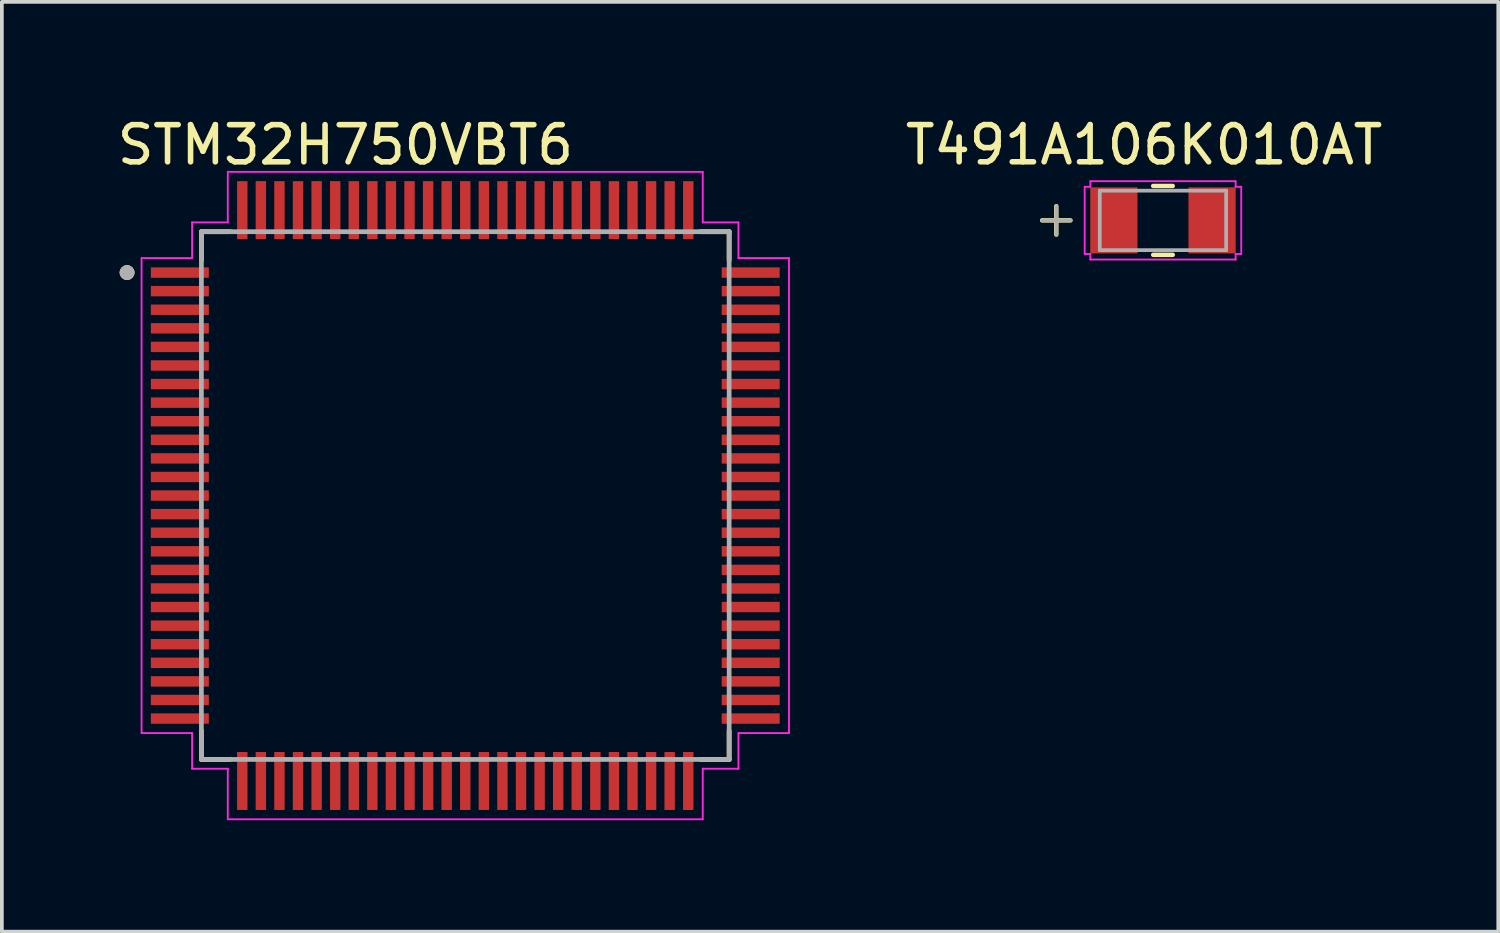
<source format=kicad_pcb>
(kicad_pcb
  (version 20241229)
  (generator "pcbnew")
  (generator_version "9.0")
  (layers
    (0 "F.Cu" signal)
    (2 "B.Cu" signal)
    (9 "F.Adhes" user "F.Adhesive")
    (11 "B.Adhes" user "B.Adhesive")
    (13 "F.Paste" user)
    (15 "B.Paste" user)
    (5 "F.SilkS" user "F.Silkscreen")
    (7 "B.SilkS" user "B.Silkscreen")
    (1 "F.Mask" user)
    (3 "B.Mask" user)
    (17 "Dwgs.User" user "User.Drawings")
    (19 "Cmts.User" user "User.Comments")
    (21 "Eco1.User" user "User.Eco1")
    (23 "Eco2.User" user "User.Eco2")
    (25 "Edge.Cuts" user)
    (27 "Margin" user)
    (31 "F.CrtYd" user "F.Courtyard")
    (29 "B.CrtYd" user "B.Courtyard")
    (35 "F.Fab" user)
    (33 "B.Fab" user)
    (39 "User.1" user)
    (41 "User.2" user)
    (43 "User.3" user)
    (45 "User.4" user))
  (footprint "STM32H750VBT6"
    (layer "F.Cu")
    (at 9.469 10.284)
    (property "Reference" "STM32H750VBT6" (at -3.225 -9.435 0) (layer "F.SilkS") (effects (font (size 1 1) (thickness 0.15))))
    (attr through_hole)
    (fp_line (start -7.1 -7.1) (end -6.33 -7.1) (stroke (width 0.127) (type solid)) (layer "F.SilkS"))
    (fp_line (start -7.1 -6.33) (end -7.1 -7.1) (stroke (width 0.127) (type solid)) (layer "F.SilkS"))
    (fp_line (start -7.1 7.1) (end -7.1 6.33) (stroke (width 0.127) (type solid)) (layer "F.SilkS"))
    (fp_line (start -6.33 7.1) (end -7.1 7.1) (stroke (width 0.127) (type solid)) (layer "F.SilkS"))
    (fp_line (start 6.33 -7.1) (end 7.1 -7.1) (stroke (width 0.127) (type solid)) (layer "F.SilkS"))
    (fp_line (start 7.1 -7.1) (end 7.1 -6.33) (stroke (width 0.127) (type solid)) (layer "F.SilkS"))
    (fp_line (start 7.1 6.33) (end 7.1 7.1) (stroke (width 0.127) (type solid)) (layer "F.SilkS"))
    (fp_line (start 7.1 7.1) (end 6.33 7.1) (stroke (width 0.127) (type solid)) (layer "F.SilkS"))
    (fp_circle (center -9.1 -6) (end -9 -6) (stroke (width 0.2) (type solid)) (fill no) (layer "F.SilkS"))
    (fp_line (start -8.71 -6.39) (end -7.35 -6.39) (stroke (width 0.05) (type solid)) (layer "F.CrtYd"))
    (fp_line (start -8.71 6.39) (end -8.71 -6.39) (stroke (width 0.05) (type solid)) (layer "F.CrtYd"))
    (fp_line (start -7.35 -7.35) (end -6.39 -7.35) (stroke (width 0.05) (type solid)) (layer "F.CrtYd"))
    (fp_line (start -7.35 -6.39) (end -7.35 -7.35) (stroke (width 0.05) (type solid)) (layer "F.CrtYd"))
    (fp_line (start -7.35 6.39) (end -8.71 6.39) (stroke (width 0.05) (type solid)) (layer "F.CrtYd"))
    (fp_line (start -7.35 7.35) (end -7.35 6.39) (stroke (width 0.05) (type solid)) (layer "F.CrtYd"))
    (fp_line (start -6.39 -8.71) (end 6.39 -8.71) (stroke (width 0.05) (type solid)) (layer "F.CrtYd"))
    (fp_line (start -6.39 -7.35) (end -6.39 -8.71) (stroke (width 0.05) (type solid)) (layer "F.CrtYd"))
    (fp_line (start -6.39 7.35) (end -7.35 7.35) (stroke (width 0.05) (type solid)) (layer "F.CrtYd"))
    (fp_line (start -6.39 8.71) (end -6.39 7.35) (stroke (width 0.05) (type solid)) (layer "F.CrtYd"))
    (fp_line (start 6.39 -8.71) (end 6.39 -7.35) (stroke (width 0.05) (type solid)) (layer "F.CrtYd"))
    (fp_line (start 6.39 -7.35) (end 7.35 -7.35) (stroke (width 0.05) (type solid)) (layer "F.CrtYd"))
    (fp_line (start 6.39 7.35) (end 6.39 8.71) (stroke (width 0.05) (type solid)) (layer "F.CrtYd"))
    (fp_line (start 6.39 8.71) (end -6.39 8.71) (stroke (width 0.05) (type solid)) (layer "F.CrtYd"))
    (fp_line (start 7.35 -7.35) (end 7.35 -6.39) (stroke (width 0.05) (type solid)) (layer "F.CrtYd"))
    (fp_line (start 7.35 -6.39) (end 8.71 -6.39) (stroke (width 0.05) (type solid)) (layer "F.CrtYd"))
    (fp_line (start 7.35 6.39) (end 7.35 7.35) (stroke (width 0.05) (type solid)) (layer "F.CrtYd"))
    (fp_line (start 7.35 7.35) (end 6.39 7.35) (stroke (width 0.05) (type solid)) (layer "F.CrtYd"))
    (fp_line (start 8.71 -6.39) (end 8.71 6.39) (stroke (width 0.05) (type solid)) (layer "F.CrtYd"))
    (fp_line (start 8.71 6.39) (end 7.35 6.39) (stroke (width 0.05) (type solid)) (layer "F.CrtYd"))
    (fp_line (start -7.1 -7.1) (end 7.1 -7.1) (stroke (width 0.127) (type solid)) (layer "F.Fab"))
    (fp_line (start -7.1 7.1) (end -7.1 -7.1) (stroke (width 0.127) (type solid)) (layer "F.Fab"))
    (fp_line (start 7.1 -7.1) (end 7.1 7.1) (stroke (width 0.127) (type solid)) (layer "F.Fab"))
    (fp_line (start 7.1 7.1) (end -7.1 7.1) (stroke (width 0.127) (type solid)) (layer "F.Fab"))
    (fp_circle (center -9.1 -6) (end -9 -6) (stroke (width 0.2) (type solid)) (fill no) (layer "F.Fab"))
    (pad "1" smd rect (at -7.68 -6) (size 1.56 0.28) (layers "F.Cu" "F.Mask" "F.Paste"))
    (pad "2" smd rect (at -7.68 -5.5) (size 1.56 0.28) (layers "F.Cu" "F.Mask" "F.Paste"))
    (pad "3" smd rect (at -7.68 -5) (size 1.56 0.28) (layers "F.Cu" "F.Mask" "F.Paste"))
    (pad "4" smd rect (at -7.68 -4.5) (size 1.56 0.28) (layers "F.Cu" "F.Mask" "F.Paste"))
    (pad "5" smd rect (at -7.68 -4) (size 1.56 0.28) (layers "F.Cu" "F.Mask" "F.Paste"))
    (pad "6" smd rect (at -7.68 -3.5) (size 1.56 0.28) (layers "F.Cu" "F.Mask" "F.Paste"))
    (pad "7" smd rect (at -7.68 -3) (size 1.56 0.28) (layers "F.Cu" "F.Mask" "F.Paste"))
    (pad "8" smd rect (at -7.68 -2.5) (size 1.56 0.28) (layers "F.Cu" "F.Mask" "F.Paste"))
    (pad "9" smd rect (at -7.68 -2) (size 1.56 0.28) (layers "F.Cu" "F.Mask" "F.Paste"))
    (pad "10" smd rect (at -7.68 -1.5) (size 1.56 0.28) (layers "F.Cu" "F.Mask" "F.Paste"))
    (pad "11" smd rect (at -7.68 -1) (size 1.56 0.28) (layers "F.Cu" "F.Mask" "F.Paste"))
    (pad "12" smd rect (at -7.68 -0.5) (size 1.56 0.28) (layers "F.Cu" "F.Mask" "F.Paste"))
    (pad "13" smd rect (at -7.68 0) (size 1.56 0.28) (layers "F.Cu" "F.Mask" "F.Paste"))
    (pad "14" smd rect (at -7.68 0.5) (size 1.56 0.28) (layers "F.Cu" "F.Mask" "F.Paste"))
    (pad "15" smd rect (at -7.68 1) (size 1.56 0.28) (layers "F.Cu" "F.Mask" "F.Paste"))
    (pad "16" smd rect (at -7.68 1.5) (size 1.56 0.28) (layers "F.Cu" "F.Mask" "F.Paste"))
    (pad "17" smd rect (at -7.68 2) (size 1.56 0.28) (layers "F.Cu" "F.Mask" "F.Paste"))
    (pad "18" smd rect (at -7.68 2.5) (size 1.56 0.28) (layers "F.Cu" "F.Mask" "F.Paste"))
    (pad "19" smd rect (at -7.68 3) (size 1.56 0.28) (layers "F.Cu" "F.Mask" "F.Paste"))
    (pad "20" smd rect (at -7.68 3.5) (size 1.56 0.28) (layers "F.Cu" "F.Mask" "F.Paste"))
    (pad "21" smd rect (at -7.68 4) (size 1.56 0.28) (layers "F.Cu" "F.Mask" "F.Paste"))
    (pad "22" smd rect (at -7.68 4.5) (size 1.56 0.28) (layers "F.Cu" "F.Mask" "F.Paste"))
    (pad "23" smd rect (at -7.68 5) (size 1.56 0.28) (layers "F.Cu" "F.Mask" "F.Paste"))
    (pad "24" smd rect (at -7.68 5.5) (size 1.56 0.28) (layers "F.Cu" "F.Mask" "F.Paste"))
    (pad "25" smd rect (at -7.68 6) (size 1.56 0.28) (layers "F.Cu" "F.Mask" "F.Paste"))
    (pad "26" smd rect (at -6 7.68) (size 0.28 1.56) (layers "F.Cu" "F.Mask" "F.Paste"))
    (pad "27" smd rect (at -5.5 7.68) (size 0.28 1.56) (layers "F.Cu" "F.Mask" "F.Paste"))
    (pad "28" smd rect (at -5 7.68) (size 0.28 1.56) (layers "F.Cu" "F.Mask" "F.Paste"))
    (pad "29" smd rect (at -4.5 7.68) (size 0.28 1.56) (layers "F.Cu" "F.Mask" "F.Paste"))
    (pad "30" smd rect (at -4 7.68) (size 0.28 1.56) (layers "F.Cu" "F.Mask" "F.Paste"))
    (pad "31" smd rect (at -3.5 7.68) (size 0.28 1.56) (layers "F.Cu" "F.Mask" "F.Paste"))
    (pad "32" smd rect (at -3 7.68) (size 0.28 1.56) (layers "F.Cu" "F.Mask" "F.Paste"))
    (pad "33" smd rect (at -2.5 7.68) (size 0.28 1.56) (layers "F.Cu" "F.Mask" "F.Paste"))
    (pad "34" smd rect (at -2 7.68) (size 0.28 1.56) (layers "F.Cu" "F.Mask" "F.Paste"))
    (pad "35" smd rect (at -1.5 7.68) (size 0.28 1.56) (layers "F.Cu" "F.Mask" "F.Paste"))
    (pad "36" smd rect (at -1 7.68) (size 0.28 1.56) (layers "F.Cu" "F.Mask" "F.Paste"))
    (pad "37" smd rect (at -0.5 7.68) (size 0.28 1.56) (layers "F.Cu" "F.Mask" "F.Paste"))
    (pad "38" smd rect (at 0 7.68) (size 0.28 1.56) (layers "F.Cu" "F.Mask" "F.Paste"))
    (pad "39" smd rect (at 0.5 7.68) (size 0.28 1.56) (layers "F.Cu" "F.Mask" "F.Paste"))
    (pad "40" smd rect (at 1 7.68) (size 0.28 1.56) (layers "F.Cu" "F.Mask" "F.Paste"))
    (pad "41" smd rect (at 1.5 7.68) (size 0.28 1.56) (layers "F.Cu" "F.Mask" "F.Paste"))
    (pad "42" smd rect (at 2 7.68) (size 0.28 1.56) (layers "F.Cu" "F.Mask" "F.Paste"))
    (pad "43" smd rect (at 2.5 7.68) (size 0.28 1.56) (layers "F.Cu" "F.Mask" "F.Paste"))
    (pad "44" smd rect (at 3 7.68) (size 0.28 1.56) (layers "F.Cu" "F.Mask" "F.Paste"))
    (pad "45" smd rect (at 3.5 7.68) (size 0.28 1.56) (layers "F.Cu" "F.Mask" "F.Paste"))
    (pad "46" smd rect (at 4 7.68) (size 0.28 1.56) (layers "F.Cu" "F.Mask" "F.Paste"))
    (pad "47" smd rect (at 4.5 7.68) (size 0.28 1.56) (layers "F.Cu" "F.Mask" "F.Paste"))
    (pad "48" smd rect (at 5 7.68) (size 0.28 1.56) (layers "F.Cu" "F.Mask" "F.Paste"))
    (pad "49" smd rect (at 5.5 7.68) (size 0.28 1.56) (layers "F.Cu" "F.Mask" "F.Paste"))
    (pad "50" smd rect (at 6 7.68) (size 0.28 1.56) (layers "F.Cu" "F.Mask" "F.Paste"))
    (pad "51" smd rect (at 7.68 6) (size 1.56 0.28) (layers "F.Cu" "F.Mask" "F.Paste"))
    (pad "52" smd rect (at 7.68 5.5) (size 1.56 0.28) (layers "F.Cu" "F.Mask" "F.Paste"))
    (pad "53" smd rect (at 7.68 5) (size 1.56 0.28) (layers "F.Cu" "F.Mask" "F.Paste"))
    (pad "54" smd rect (at 7.68 4.5) (size 1.56 0.28) (layers "F.Cu" "F.Mask" "F.Paste"))
    (pad "55" smd rect (at 7.68 4) (size 1.56 0.28) (layers "F.Cu" "F.Mask" "F.Paste"))
    (pad "56" smd rect (at 7.68 3.5) (size 1.56 0.28) (layers "F.Cu" "F.Mask" "F.Paste"))
    (pad "57" smd rect (at 7.68 3) (size 1.56 0.28) (layers "F.Cu" "F.Mask" "F.Paste"))
    (pad "58" smd rect (at 7.68 2.5) (size 1.56 0.28) (layers "F.Cu" "F.Mask" "F.Paste"))
    (pad "59" smd rect (at 7.68 2) (size 1.56 0.28) (layers "F.Cu" "F.Mask" "F.Paste"))
    (pad "60" smd rect (at 7.68 1.5) (size 1.56 0.28) (layers "F.Cu" "F.Mask" "F.Paste"))
    (pad "61" smd rect (at 7.68 1) (size 1.56 0.28) (layers "F.Cu" "F.Mask" "F.Paste"))
    (pad "62" smd rect (at 7.68 0.5) (size 1.56 0.28) (layers "F.Cu" "F.Mask" "F.Paste"))
    (pad "63" smd rect (at 7.68 0) (size 1.56 0.28) (layers "F.Cu" "F.Mask" "F.Paste"))
    (pad "64" smd rect (at 7.68 -0.5) (size 1.56 0.28) (layers "F.Cu" "F.Mask" "F.Paste"))
    (pad "65" smd rect (at 7.68 -1) (size 1.56 0.28) (layers "F.Cu" "F.Mask" "F.Paste"))
    (pad "66" smd rect (at 7.68 -1.5) (size 1.56 0.28) (layers "F.Cu" "F.Mask" "F.Paste"))
    (pad "67" smd rect (at 7.68 -2) (size 1.56 0.28) (layers "F.Cu" "F.Mask" "F.Paste"))
    (pad "68" smd rect (at 7.68 -2.5) (size 1.56 0.28) (layers "F.Cu" "F.Mask" "F.Paste"))
    (pad "69" smd rect (at 7.68 -3) (size 1.56 0.28) (layers "F.Cu" "F.Mask" "F.Paste"))
    (pad "70" smd rect (at 7.68 -3.5) (size 1.56 0.28) (layers "F.Cu" "F.Mask" "F.Paste"))
    (pad "71" smd rect (at 7.68 -4) (size 1.56 0.28) (layers "F.Cu" "F.Mask" "F.Paste"))
    (pad "72" smd rect (at 7.68 -4.5) (size 1.56 0.28) (layers "F.Cu" "F.Mask" "F.Paste"))
    (pad "73" smd rect (at 7.68 -5) (size 1.56 0.28) (layers "F.Cu" "F.Mask" "F.Paste"))
    (pad "74" smd rect (at 7.68 -5.5) (size 1.56 0.28) (layers "F.Cu" "F.Mask" "F.Paste"))
    (pad "75" smd rect (at 7.68 -6) (size 1.56 0.28) (layers "F.Cu" "F.Mask" "F.Paste"))
    (pad "76" smd rect (at 6 -7.68) (size 0.28 1.56) (layers "F.Cu" "F.Mask" "F.Paste"))
    (pad "77" smd rect (at 5.5 -7.68) (size 0.28 1.56) (layers "F.Cu" "F.Mask" "F.Paste"))
    (pad "78" smd rect (at 5 -7.68) (size 0.28 1.56) (layers "F.Cu" "F.Mask" "F.Paste"))
    (pad "79" smd rect (at 4.5 -7.68) (size 0.28 1.56) (layers "F.Cu" "F.Mask" "F.Paste"))
    (pad "80" smd rect (at 4 -7.68) (size 0.28 1.56) (layers "F.Cu" "F.Mask" "F.Paste"))
    (pad "81" smd rect (at 3.5 -7.68) (size 0.28 1.56) (layers "F.Cu" "F.Mask" "F.Paste"))
    (pad "82" smd rect (at 3 -7.68) (size 0.28 1.56) (layers "F.Cu" "F.Mask" "F.Paste"))
    (pad "83" smd rect (at 2.5 -7.68) (size 0.28 1.56) (layers "F.Cu" "F.Mask" "F.Paste"))
    (pad "84" smd rect (at 2 -7.68) (size 0.28 1.56) (layers "F.Cu" "F.Mask" "F.Paste"))
    (pad "85" smd rect (at 1.5 -7.68) (size 0.28 1.56) (layers "F.Cu" "F.Mask" "F.Paste"))
    (pad "86" smd rect (at 1 -7.68) (size 0.28 1.56) (layers "F.Cu" "F.Mask" "F.Paste"))
    (pad "87" smd rect (at 0.5 -7.68) (size 0.28 1.56) (layers "F.Cu" "F.Mask" "F.Paste"))
    (pad "88" smd rect (at 0 -7.68) (size 0.28 1.56) (layers "F.Cu" "F.Mask" "F.Paste"))
    (pad "89" smd rect (at -0.5 -7.68) (size 0.28 1.56) (layers "F.Cu" "F.Mask" "F.Paste"))
    (pad "90" smd rect (at -1 -7.68) (size 0.28 1.56) (layers "F.Cu" "F.Mask" "F.Paste"))
    (pad "91" smd rect (at -1.5 -7.68) (size 0.28 1.56) (layers "F.Cu" "F.Mask" "F.Paste"))
    (pad "92" smd rect (at -2 -7.68) (size 0.28 1.56) (layers "F.Cu" "F.Mask" "F.Paste"))
    (pad "93" smd rect (at -2.5 -7.68) (size 0.28 1.56) (layers "F.Cu" "F.Mask" "F.Paste"))
    (pad "94" smd rect (at -3 -7.68) (size 0.28 1.56) (layers "F.Cu" "F.Mask" "F.Paste"))
    (pad "95" smd rect (at -3.5 -7.68) (size 0.28 1.56) (layers "F.Cu" "F.Mask" "F.Paste"))
    (pad "96" smd rect (at -4 -7.68) (size 0.28 1.56) (layers "F.Cu" "F.Mask" "F.Paste"))
    (pad "97" smd rect (at -4.5 -7.68) (size 0.28 1.56) (layers "F.Cu" "F.Mask" "F.Paste"))
    (pad "98" smd rect (at -5 -7.68) (size 0.28 1.56) (layers "F.Cu" "F.Mask" "F.Paste"))
    (pad "99" smd rect (at -5.5 -7.68) (size 0.28 1.56) (layers "F.Cu" "F.Mask" "F.Paste"))
    (pad "100" smd rect (at -6 -7.68) (size 0.28 1.56) (layers "F.Cu" "F.Mask" "F.Paste")))
  (footprint "T491A106K010AT"
    (layer "F.Cu")
    (at 28.242 2.88)
    (property "Reference" "T491A106K010AT" (at -0.508 -2.032 0) (layer "F.SilkS") (effects (font (size 1 1) (thickness 0.15))))
    (attr through_hole)
    (fp_line (start -2.87 -0.381) (end -2.87 0.381) (stroke (width 0.12) (type solid)) (layer "F.SilkS"))
    (fp_line (start -2.489 0) (end -3.251 0) (stroke (width 0.12) (type solid)) (layer "F.SilkS"))
    (fp_line (start -0.263 0.927) (end 0.263 0.927) (stroke (width 0.12) (type solid)) (layer "F.SilkS"))
    (fp_line (start 0.263 -0.927) (end -0.263 -0.927) (stroke (width 0.12) (type solid)) (layer "F.SilkS"))
    (fp_line (start -2.106 -0.904) (end -1.954 -0.904) (stroke (width 0.05) (type solid)) (layer "F.CrtYd"))
    (fp_line (start -2.106 0.904) (end -2.106 -0.904) (stroke (width 0.05) (type solid)) (layer "F.CrtYd"))
    (fp_line (start -1.954 -1.054) (end 1.954 -1.054) (stroke (width 0.05) (type solid)) (layer "F.CrtYd"))
    (fp_line (start -1.954 -0.904) (end -1.954 -1.054) (stroke (width 0.05) (type solid)) (layer "F.CrtYd"))
    (fp_line (start -1.954 0.904) (end -2.106 0.904) (stroke (width 0.05) (type solid)) (layer "F.CrtYd"))
    (fp_line (start -1.954 1.054) (end -1.954 0.904) (stroke (width 0.05) (type solid)) (layer "F.CrtYd"))
    (fp_line (start 1.954 -1.054) (end 1.954 -0.904) (stroke (width 0.05) (type solid)) (layer "F.CrtYd"))
    (fp_line (start 1.954 -0.904) (end 2.106 -0.904) (stroke (width 0.05) (type solid)) (layer "F.CrtYd"))
    (fp_line (start 1.954 0.904) (end 1.954 1.054) (stroke (width 0.05) (type solid)) (layer "F.CrtYd"))
    (fp_line (start 1.954 1.054) (end -1.954 1.054) (stroke (width 0.05) (type solid)) (layer "F.CrtYd"))
    (fp_line (start 2.106 -0.904) (end 2.106 0.904) (stroke (width 0.05) (type solid)) (layer "F.CrtYd"))
    (fp_line (start 2.106 0.904) (end 1.954 0.904) (stroke (width 0.05) (type solid)) (layer "F.CrtYd"))
    (fp_line (start -2.87 -0.381) (end -2.87 0.381) (stroke (width 0.1) (type solid)) (layer "F.Fab"))
    (fp_line (start -2.489 0) (end -3.251 0) (stroke (width 0.1) (type solid)) (layer "F.Fab"))
    (fp_line (start -1.7 -0.8) (end -1.7 0.8) (stroke (width 0.1) (type solid)) (layer "F.Fab"))
    (fp_line (start -1.7 0.8) (end 1.7 0.8) (stroke (width 0.1) (type solid)) (layer "F.Fab"))
    (fp_line (start 1.7 -0.8) (end -1.7 -0.8) (stroke (width 0.1) (type solid)) (layer "F.Fab"))
    (fp_line (start 1.7 0.8) (end 1.7 -0.8) (stroke (width 0.1) (type solid)) (layer "F.Fab"))
    (pad "1" smd rect (at -1.321 0 90) (size 1.778 1.27) (layers "F.Cu" "F.Mask" "F.Paste"))
    (pad "2" smd rect (at 1.321 0 90) (size 1.778 1.27) (layers "F.Cu" "F.Mask" "F.Paste")))
  (gr_rect
    (start -3 -3)
    (end 37.264 22.019)
    (stroke (width 0.1) (type default))
    (fill no)
    (layer "Edge.Cuts")))
</source>
